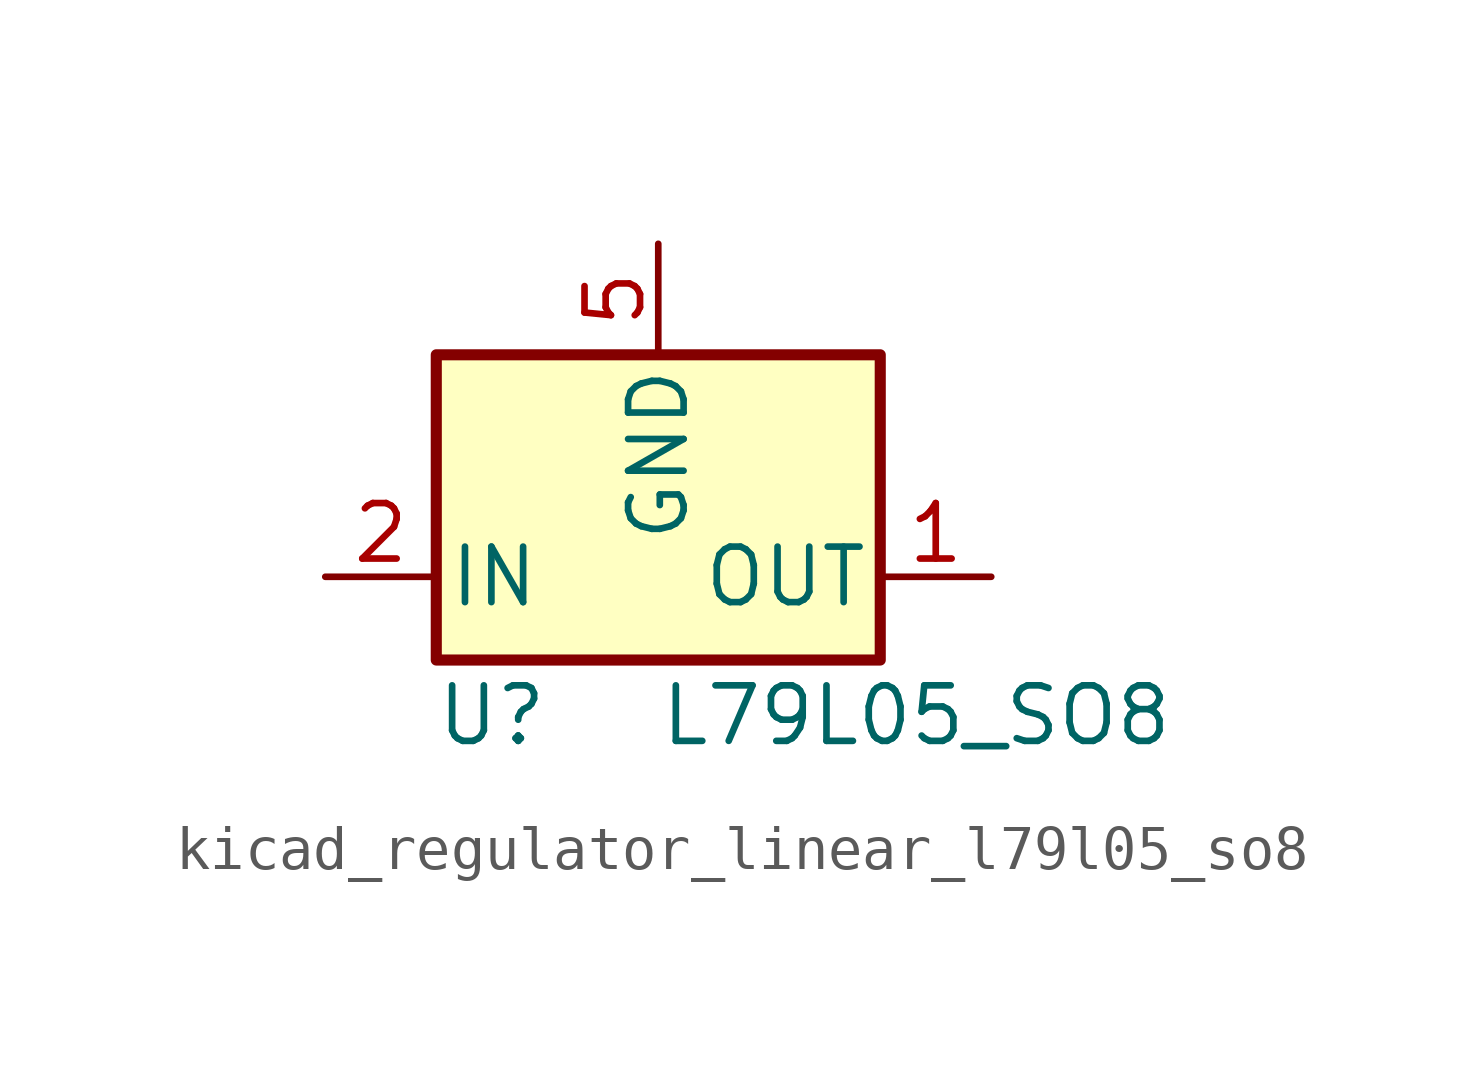
<source format=kicad_sym>
(kicad_symbol_lib
  (version 20220914)
  (generator kicad_symbol_editor)
  (symbol "kicad_regulator_linear_l79l05_so8"
    (pin_names
      (offset 0.254))
    (property "Reference" "U"
      (at -3.81 -3.175 0)
      (effects (font (size 1.27 1.27))))
    (property "Value" "L79L05_SO8"
      (at 0 -3.175 0)
      (effects (font (size 1.27 1.27)) (justify left)))
    (symbol "kicad_regulator_linear_l79l05_so8_0_1"
      (rectangle (start -5.08 5.08) (end 5.08 -1.905) (stroke (width 0.254) (type default)) (fill (type background))))
    (symbol "kicad_regulator_linear_l79l05_so8_1_1"
      (pin power_out line (at 7.62 0 180) (length 2.54) (name "OUT" (effects (font (size 1.27 1.27)))) (number "1" (effects (font (size 1.27 1.27)))))
      (pin power_in line (at -7.62 0 0) (length 2.54) (name "IN" (effects (font (size 1.27 1.27)))) (number "2" (effects (font (size 1.27 1.27)))))
      (pin passive line (at -7.62 0 0) (length 2.54) hide (name "IN" (effects (font (size 1.27 1.27)))) (number "3" (effects (font (size 1.27 1.27)))))
      (pin no_connect line (at 5.08 2.54 180) (length 2.54) hide (name "NC" (effects (font (size 1.27 1.27)))) (number "4" (effects (font (size 1.27 1.27)))))
      (pin power_in line (at 0 7.62 270) (length 2.54) (name "GND" (effects (font (size 1.27 1.27)))) (number "5" (effects (font (size 1.27 1.27)))))
      (pin passive line (at -7.62 0 0) (length 2.54) hide (name "IN" (effects (font (size 1.27 1.27)))) (number "6" (effects (font (size 1.27 1.27)))))
      (pin passive line (at -7.62 0 0) (length 2.54) hide (name "IN" (effects (font (size 1.27 1.27)))) (number "7" (effects (font (size 1.27 1.27)))))
      (pin no_connect line (at -5.08 2.54 0) (length 2.54) hide (name "NC" (effects (font (size 1.27 1.27)))) (number "8" (effects (font (size 1.27 1.27))))))))
</source>
